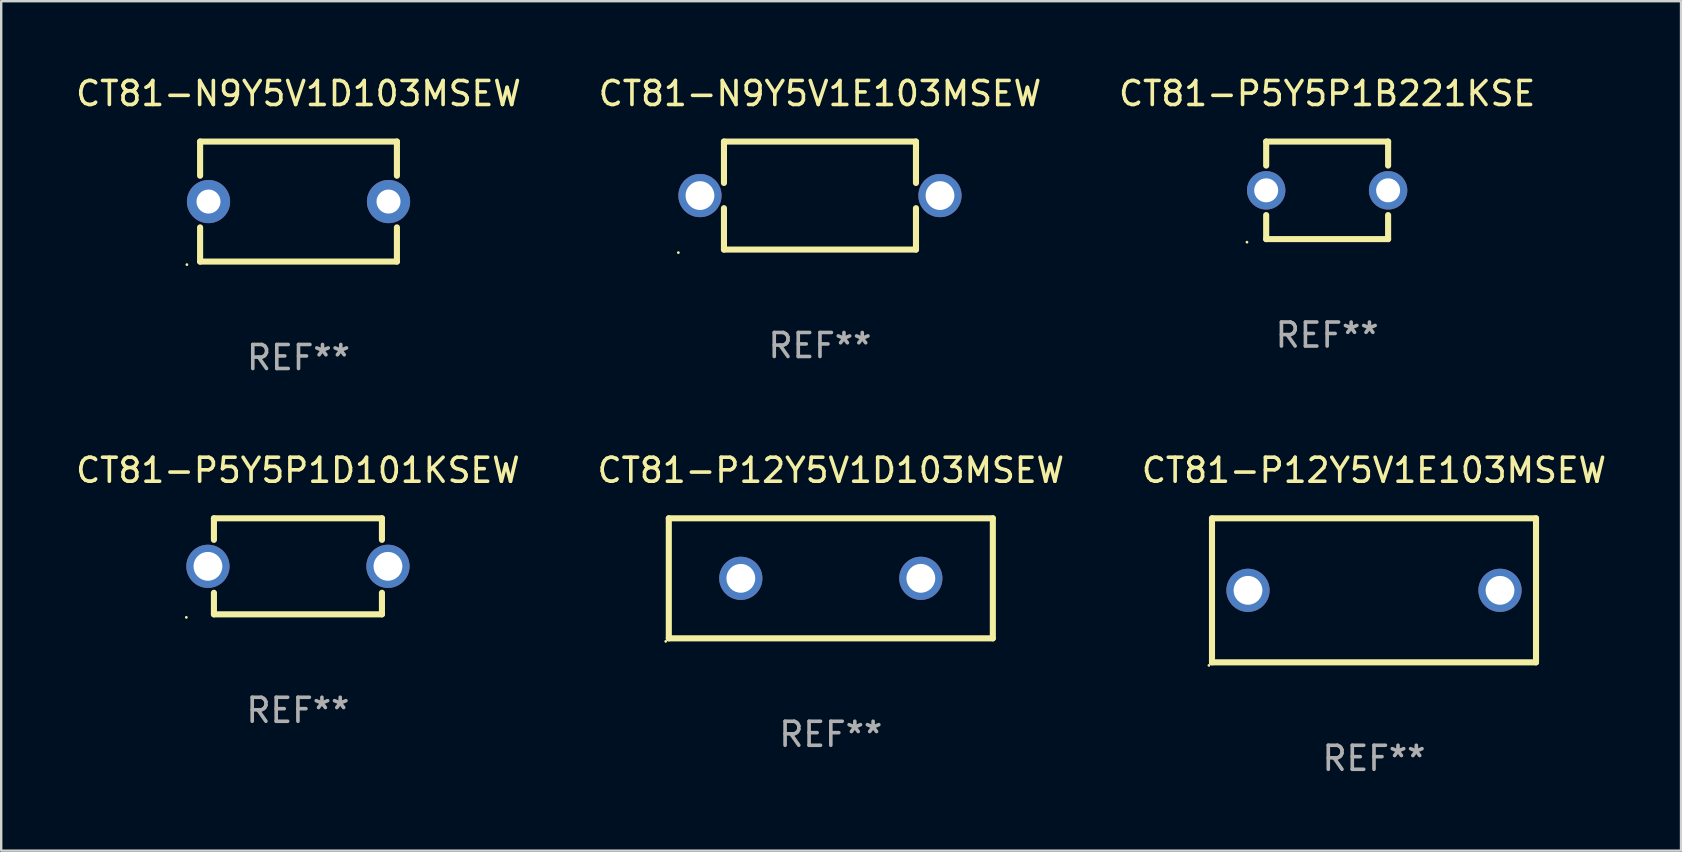
<source format=kicad_pcb>
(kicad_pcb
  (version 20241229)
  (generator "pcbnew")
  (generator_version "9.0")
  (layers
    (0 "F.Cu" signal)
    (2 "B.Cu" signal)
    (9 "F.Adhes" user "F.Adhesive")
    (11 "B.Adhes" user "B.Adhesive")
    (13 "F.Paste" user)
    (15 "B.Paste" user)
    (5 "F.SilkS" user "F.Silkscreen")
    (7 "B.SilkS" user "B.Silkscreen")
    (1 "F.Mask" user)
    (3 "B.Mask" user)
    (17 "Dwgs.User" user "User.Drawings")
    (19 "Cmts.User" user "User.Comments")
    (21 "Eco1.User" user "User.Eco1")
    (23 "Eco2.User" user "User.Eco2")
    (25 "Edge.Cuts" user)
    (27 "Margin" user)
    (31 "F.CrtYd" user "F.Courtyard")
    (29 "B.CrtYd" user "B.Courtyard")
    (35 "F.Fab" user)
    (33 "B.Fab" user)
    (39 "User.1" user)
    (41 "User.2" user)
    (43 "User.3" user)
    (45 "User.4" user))
  (footprint "CT81-P5Y5P1D101KSEW"
    (layer "F.Cu")
    (at 9.363 20.545)
    (property "Reference" "CT81-P5Y5P1D101KSEW" (at 0 -4 0) (layer "F.SilkS") (effects (font (size 1 1) (thickness 0.15))))
    (attr through_hole)
    (fp_line (start -3.5 -2) (end -3.5 -1.103) (stroke (width 0.254) (type solid)) (layer "F.SilkS"))
    (fp_line (start -3.5 -2) (end 3.5 -2) (stroke (width 0.254) (type solid)) (layer "F.SilkS"))
    (fp_line (start -3.5 1.103) (end -3.5 2) (stroke (width 0.254) (type solid)) (layer "F.SilkS"))
    (fp_line (start 3.5 -1.103) (end 3.5 -2) (stroke (width 0.254) (type solid)) (layer "F.SilkS"))
    (fp_line (start 3.5 2) (end -3.5 2) (stroke (width 0.254) (type solid)) (layer "F.SilkS"))
    (fp_line (start 3.5 2) (end 3.5 1.103) (stroke (width 0.254) (type solid)) (layer "F.SilkS"))
    (fp_circle (center -4.65 2.127) (end -4.62 2.127) (stroke (width 0.06) (type solid)) (fill no) (layer "F.SilkS"))
    (fp_text user "REF**" (at 0 6 0) (layer "F.Fab") (effects (font (size 1 1) (thickness 0.15))))
    (pad "1" thru_hole circle (at -3.75 0) (size 1.8 1.8) (drill 1.2) (layers "*.Cu" "*.Mask"))
    (pad "2" thru_hole circle (at 3.75 0) (size 1.8 1.8) (drill 1.2) (layers "*.Cu" "*.Mask")))
  (footprint "CT81-P5Y5P1B221KSE"
    (layer "F.Cu")
    (at 52.244 4.88)
    (property "Reference" "CT81-P5Y5P1B221KSE" (at 0 -4.032 0) (layer "F.SilkS") (effects (font (size 1 1) (thickness 0.15))))
    (attr through_hole)
    (fp_line (start -2.54 -2.032) (end -2.54 -1.031) (stroke (width 0.254) (type solid)) (layer "F.SilkS"))
    (fp_line (start -2.54 -2.032) (end 2.54 -2.032) (stroke (width 0.254) (type solid)) (layer "F.SilkS"))
    (fp_line (start -2.54 1.031) (end -2.54 2.032) (stroke (width 0.254) (type solid)) (layer "F.SilkS"))
    (fp_line (start -2.54 2.032) (end 2.54 2.032) (stroke (width 0.254) (type solid)) (layer "F.SilkS"))
    (fp_line (start 2.54 -2.032) (end 2.54 -1.031) (stroke (width 0.254) (type solid)) (layer "F.SilkS"))
    (fp_line (start 2.54 1.031) (end 2.54 2.032) (stroke (width 0.254) (type solid)) (layer "F.SilkS"))
    (fp_circle (center -3.34 2.159) (end -3.31 2.159) (stroke (width 0.06) (type solid)) (fill no) (layer "F.SilkS"))
    (fp_text user "REF**" (at 0 6.032 0) (layer "F.Fab") (effects (font (size 1 1) (thickness 0.15))))
    (pad "1" thru_hole circle (at -2.54 0) (size 1.6 1.6) (drill 1) (layers "*.Cu" "*.Mask"))
    (pad "2" thru_hole circle (at 2.54 0) (size 1.6 1.6) (drill 1) (layers "*.Cu" "*.Mask")))
  (footprint "CT81-N9Y5V1E103MSEW"
    (layer "F.Cu")
    (at 31.113 5.098)
    (property "Reference" "CT81-N9Y5V1E103MSEW" (at 0 -4.25 0) (layer "F.SilkS") (effects (font (size 1 1) (thickness 0.15))))
    (attr through_hole)
    (fp_line (start -4 -2.25) (end -4 -0.526) (stroke (width 0.254) (type solid)) (layer "F.SilkS"))
    (fp_line (start -4 -2.25) (end 4 -2.25) (stroke (width 0.254) (type solid)) (layer "F.SilkS"))
    (fp_line (start -4 0.526) (end -4 2.25) (stroke (width 0.254) (type solid)) (layer "F.SilkS"))
    (fp_line (start 4 -2.25) (end 4 -0.526) (stroke (width 0.254) (type solid)) (layer "F.SilkS"))
    (fp_line (start 4 0.526) (end 4 2.25) (stroke (width 0.254) (type solid)) (layer "F.SilkS"))
    (fp_line (start 4 2.25) (end -4 2.25) (stroke (width 0.254) (type solid)) (layer "F.SilkS"))
    (fp_circle (center -5.9 2.377) (end -5.87 2.377) (stroke (width 0.06) (type solid)) (fill no) (layer "F.SilkS"))
    (fp_text user "REF**" (at 0 6.25 0) (layer "F.Fab") (effects (font (size 1 1) (thickness 0.15))))
    (pad "1" thru_hole circle (at -5 0) (size 1.8 1.8) (drill 1.2) (layers "*.Cu" "*.Mask"))
    (pad "2" thru_hole circle (at 5 0) (size 1.8 1.8) (drill 1.2) (layers "*.Cu" "*.Mask")))
  (footprint "CT81-P12Y5V1E103MSEW"
    (layer "F.Cu")
    (at 54.196 21.545)
    (property "Reference" "CT81-P12Y5V1E103MSEW" (at 0 -5 0) (layer "F.SilkS") (effects (font (size 1 1) (thickness 0.15))))
    (attr through_hole)
    (fp_line (start -6.75 -3) (end 6.75 -3) (stroke (width 0.254) (type solid)) (layer "F.SilkS"))
    (fp_line (start -6.75 3) (end -6.75 -3) (stroke (width 0.254) (type solid)) (layer "F.SilkS"))
    (fp_line (start 6.75 -3) (end 6.75 3) (stroke (width 0.254) (type solid)) (layer "F.SilkS"))
    (fp_line (start 6.75 3) (end -6.75 3) (stroke (width 0.254) (type solid)) (layer "F.SilkS"))
    (fp_circle (center -6.877 3.127) (end -6.847 3.127) (stroke (width 0.06) (type solid)) (fill no) (layer "F.SilkS"))
    (fp_text user "REF**" (at 0 7 0) (layer "F.Fab") (effects (font (size 1 1) (thickness 0.15))))
    (pad "1" thru_hole circle (at -5.25 0) (size 1.8 1.8) (drill 1.2) (layers "*.Cu" "*.Mask"))
    (pad "2" thru_hole circle (at 5.25 0) (size 1.8 1.8) (drill 1.2) (layers "*.Cu" "*.Mask")))
  (footprint "CT81-P12Y5V1D103MSEW"
    (layer "F.Cu")
    (at 31.565 21.045)
    (property "Reference" "CT81-P12Y5V1D103MSEW" (at 0 -4.5 0) (layer "F.SilkS") (effects (font (size 1 1) (thickness 0.15))))
    (attr through_hole)
    (fp_line (start -6.75 -2.5) (end 6.75 -2.5) (stroke (width 0.254) (type solid)) (layer "F.SilkS"))
    (fp_line (start -6.75 2.5) (end -6.75 -2.5) (stroke (width 0.254) (type solid)) (layer "F.SilkS"))
    (fp_line (start 6.75 -2.5) (end 6.75 2.5) (stroke (width 0.254) (type solid)) (layer "F.SilkS"))
    (fp_line (start 6.75 2.5) (end -6.75 2.5) (stroke (width 0.254) (type solid)) (layer "F.SilkS"))
    (fp_circle (center -6.877 2.627) (end -6.847 2.627) (stroke (width 0.06) (type solid)) (fill no) (layer "F.SilkS"))
    (fp_text user "REF**" (at 0 6.5 0) (layer "F.Fab") (effects (font (size 1 1) (thickness 0.15))))
    (pad "1" thru_hole circle (at -3.75 0) (size 1.8 1.8) (drill 1.2) (layers "*.Cu" "*.Mask"))
    (pad "2" thru_hole circle (at 3.75 0) (size 1.8 1.8) (drill 1.2) (layers "*.Cu" "*.Mask")))
  (footprint "CT81-N9Y5V1D103MSEW"
    (layer "F.Cu")
    (at 9.387 5.348)
    (property "Reference" "CT81-N9Y5V1D103MSEW" (at 0 -4.5 0) (layer "F.SilkS") (effects (font (size 1 1) (thickness 0.15))))
    (attr through_hole)
    (fp_line (start -4.1 -2.5) (end -4.1 -1.076) (stroke (width 0.254) (type solid)) (layer "F.SilkS"))
    (fp_line (start -4.1 -2.5) (end 4.1 -2.5) (stroke (width 0.254) (type solid)) (layer "F.SilkS"))
    (fp_line (start -4.1 1.076) (end -4.1 2.5) (stroke (width 0.254) (type solid)) (layer "F.SilkS"))
    (fp_line (start -4.1 2.5) (end 4.1 2.5) (stroke (width 0.254) (type solid)) (layer "F.SilkS"))
    (fp_line (start 4.1 -2.5) (end 4.1 -1.076) (stroke (width 0.254) (type solid)) (layer "F.SilkS"))
    (fp_line (start 4.1 1.076) (end 4.1 2.5) (stroke (width 0.254) (type solid)) (layer "F.SilkS"))
    (fp_circle (center -4.65 2.627) (end -4.62 2.627) (stroke (width 0.06) (type solid)) (fill no) (layer "F.SilkS"))
    (fp_text user "REF**" (at 0 6.5 0) (layer "F.Fab") (effects (font (size 1 1) (thickness 0.15))))
    (pad "1" thru_hole circle (at -3.75 0) (size 1.8 1.8) (drill 1) (layers "*.Cu" "*.Mask"))
    (pad "2" thru_hole circle (at 3.75 0) (size 1.8 1.8) (drill 1) (layers "*.Cu" "*.Mask")))
  (gr_rect
    (start -3 -3)
    (end 66.988 32.393)
    (stroke (width 0.1) (type default))
    (fill no)
    (layer "Edge.Cuts")))
</source>
